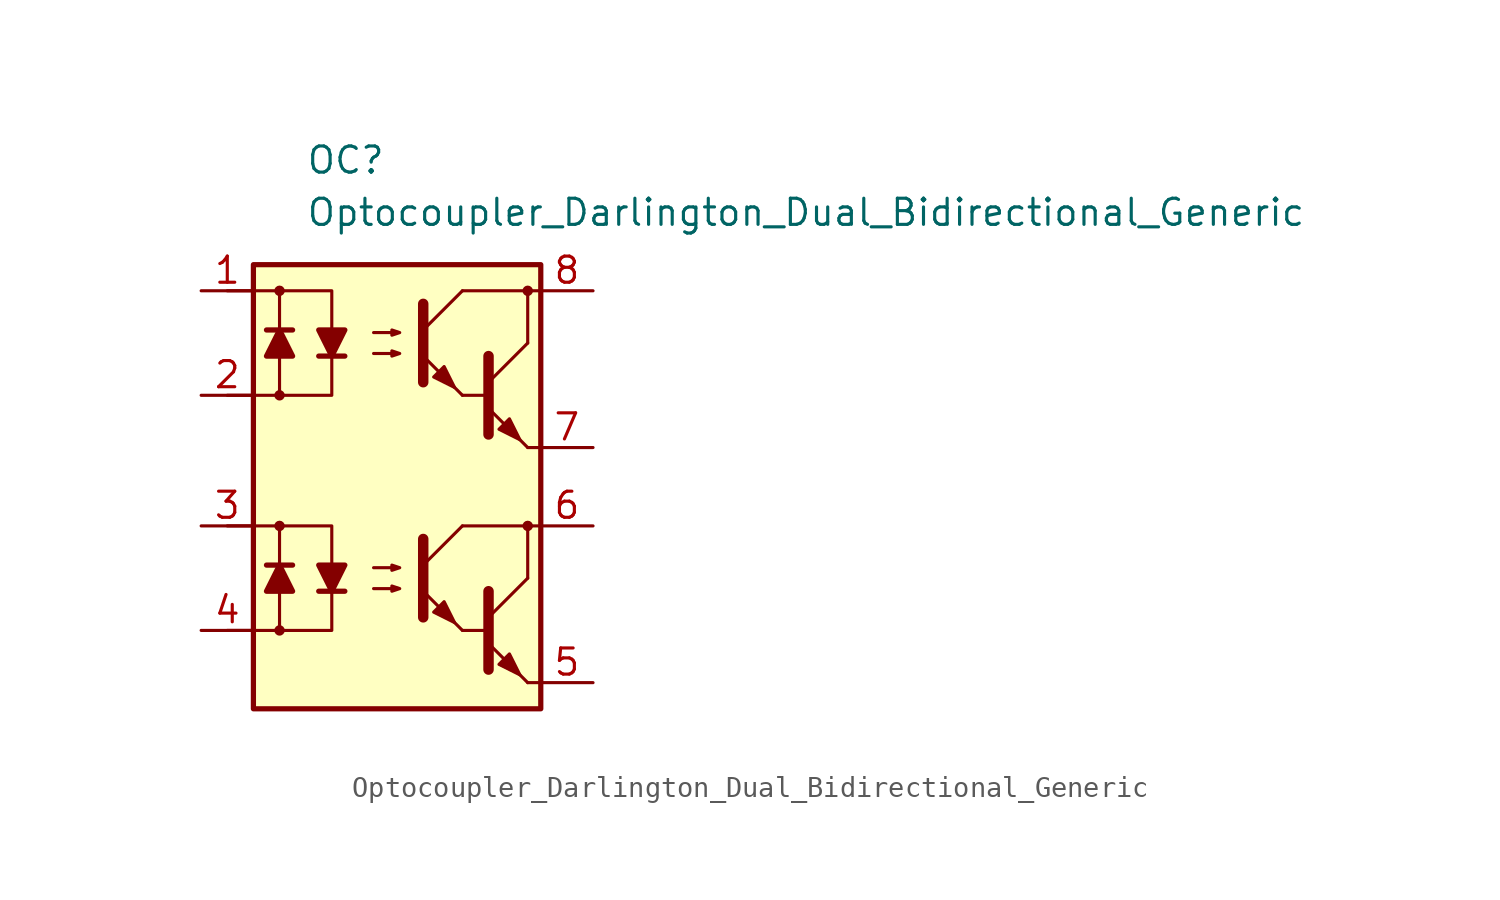
<source format=kicad_sym>
(kicad_symbol_lib
  (version 20211014)
  (generator kicad_symbol_editor)
  (symbol "Optocoupler_AKL:Optocoupler_Darlington_Dual_Bidirectional_Generic"
    (pin_names
      (offset 1.016))
    (property "Reference" "OC"
      (at -3.81 15.24 0)
      (effects (font (size 1.27 1.27)) (justify left)))
    (property "Value" "Optocoupler_Darlington_Dual_Bidirectional_Generic"
      (at -3.81 12.7 0)
      (effects (font (size 1.27 1.27)) (justify left)))
    (symbol "Optocoupler_Darlington_Dual_Bidirectional_Generic_0_1"
      (rectangle (start -6.35 10.16) (end 7.62 -11.43) (stroke (width 0.254) (type default) (color 0 0 0 0)) (fill (type background)))
      (polyline (pts (xy 3.81 3.81) (xy 5.08 3.81)) (stroke (width 0) (type default) (color 0 0 0 0)) (fill (type none)))
      (polyline (pts (xy 5.08 4.445) (xy 6.985 6.35)) (stroke (width 0) (type default) (color 0 0 0 0)) (fill (type none)))
      (polyline (pts (xy 6.985 1.27) (xy 5.08 3.175)) (stroke (width 0) (type default) (color 0 0 0 0)) (fill (type outline)))
      (polyline (pts (xy 6.985 1.27) (xy 7.62 1.27)) (stroke (width 0) (type default) (color 0 0 0 0)) (fill (type none)))
      (polyline (pts (xy 6.985 6.35) (xy 6.985 8.89)) (stroke (width 0) (type default) (color 0 0 0 0)) (fill (type none)))
      (polyline (pts (xy 7.62 8.89) (xy 3.81 8.89)) (stroke (width 0) (type default) (color 0 0 0 0)) (fill (type none)))
      (polyline (pts (xy 5.08 5.715) (xy 5.08 1.905) (xy 5.08 1.905)) (stroke (width 0.508) (type default) (color 0 0 0 0)) (fill (type none)))
      (polyline (pts (xy -0.508 5.842) (xy 0.762 5.842) (xy 0.381 5.715) (xy 0.381 5.969) (xy 0.762 5.842)) (stroke (width 0) (type default) (color 0 0 0 0)) (fill (type none)))
      (polyline (pts (xy -0.508 6.858) (xy 0.762 6.858) (xy 0.381 6.731) (xy 0.381 6.985) (xy 0.762 6.858)) (stroke (width 0) (type default) (color 0 0 0 0)) (fill (type none)))
      (polyline (pts (xy 5.588 2.159) (xy 6.096 2.667) (xy 6.604 1.651) (xy 5.588 2.159) (xy 5.588 2.159)) (stroke (width 0) (type default) (color 0 0 0 0)) (fill (type outline)))
      (circle (center 6.985 8.89) (radius 0.178) (stroke (width 0)) (stroke (width 0) (type default) (color 0 0 0 0)) (fill (type outline))))
    (symbol "Optocoupler_Darlington_Dual_Bidirectional_Generic_1_1"
      (circle (center -5.08 -7.62) (radius 0.178) (stroke (width 0)) (stroke (width 0) (type default) (color 0 0 0 0)) (fill (type outline)))
      (circle (center -5.08 -2.54) (radius 0.178) (stroke (width 0)) (stroke (width 0) (type default) (color 0 0 0 0)) (fill (type outline)))
      (circle (center -5.08 3.81) (radius 0.178) (stroke (width 0)) (stroke (width 0) (type default) (color 0 0 0 0)) (fill (type outline)))
      (circle (center -5.08 8.89) (radius 0.178) (stroke (width 0)) (stroke (width 0) (type default) (color 0 0 0 0)) (fill (type outline)))
      (polyline (pts (xy -4.445 -4.445) (xy -5.715 -4.445)) (stroke (width 0.254) (type default) (color 0 0 0 0)) (fill (type none)))
      (polyline (pts (xy -4.445 6.985) (xy -5.715 6.985)) (stroke (width 0.254) (type default) (color 0 0 0 0)) (fill (type none)))
      (polyline (pts (xy -3.175 -5.715) (xy -1.905 -5.715)) (stroke (width 0.254) (type default) (color 0 0 0 0)) (fill (type none)))
      (polyline (pts (xy -3.175 5.715) (xy -1.905 5.715)) (stroke (width 0.254) (type default) (color 0 0 0 0)) (fill (type none)))
      (polyline (pts (xy 1.905 -4.445) (xy 3.81 -2.54)) (stroke (width 0) (type default) (color 0 0 0 0)) (fill (type none)))
      (polyline (pts (xy 1.905 6.985) (xy 3.81 8.89)) (stroke (width 0) (type default) (color 0 0 0 0)) (fill (type none)))
      (polyline (pts (xy 3.81 -7.62) (xy 1.905 -5.715)) (stroke (width 0) (type default) (color 0 0 0 0)) (fill (type outline)))
      (polyline (pts (xy 3.81 -7.62) (xy 5.08 -7.62)) (stroke (width 0) (type default) (color 0 0 0 0)) (fill (type none)))
      (polyline (pts (xy 3.81 3.81) (xy 1.905 5.715)) (stroke (width 0) (type default) (color 0 0 0 0)) (fill (type outline)))
      (polyline (pts (xy 5.08 -6.985) (xy 6.985 -5.08)) (stroke (width 0) (type default) (color 0 0 0 0)) (fill (type none)))
      (polyline (pts (xy 6.985 -10.16) (xy 5.08 -8.255)) (stroke (width 0) (type default) (color 0 0 0 0)) (fill (type outline)))
      (polyline (pts (xy 6.985 -10.16) (xy 7.62 -10.16)) (stroke (width 0) (type default) (color 0 0 0 0)) (fill (type none)))
      (polyline (pts (xy 6.985 -5.08) (xy 6.985 -2.54)) (stroke (width 0) (type default) (color 0 0 0 0)) (fill (type none)))
      (polyline (pts (xy 7.62 -2.54) (xy 3.81 -2.54)) (stroke (width 0) (type default) (color 0 0 0 0)) (fill (type none)))
      (polyline (pts (xy -7.62 -2.54) (xy -5.08 -2.54) (xy -5.08 -5.715)) (stroke (width 0) (type default) (color 0 0 0 0)) (fill (type none)))
      (polyline (pts (xy -7.62 8.89) (xy -5.08 8.89) (xy -5.08 5.715)) (stroke (width 0) (type default) (color 0 0 0 0)) (fill (type none)))
      (polyline (pts (xy -5.08 -5.715) (xy -5.08 -7.62) (xy -7.62 -7.62)) (stroke (width 0) (type default) (color 0 0 0 0)) (fill (type none)))
      (polyline (pts (xy -5.08 -2.54) (xy -2.54 -2.54) (xy -2.54 -5.715)) (stroke (width 0) (type default) (color 0 0 0 0)) (fill (type none)))
      (polyline (pts (xy -5.08 5.715) (xy -5.08 3.81) (xy -7.62 3.81)) (stroke (width 0) (type default) (color 0 0 0 0)) (fill (type none)))
      (polyline (pts (xy -5.08 8.89) (xy -2.54 8.89) (xy -2.54 5.715)) (stroke (width 0) (type default) (color 0 0 0 0)) (fill (type none)))
      (polyline (pts (xy -2.54 -5.715) (xy -2.54 -7.62) (xy -5.08 -7.62)) (stroke (width 0) (type default) (color 0 0 0 0)) (fill (type none)))
      (polyline (pts (xy -2.54 5.715) (xy -2.54 3.81) (xy -5.08 3.81)) (stroke (width 0) (type default) (color 0 0 0 0)) (fill (type none)))
      (polyline (pts (xy 1.905 -3.175) (xy 1.905 -6.985) (xy 1.905 -6.985)) (stroke (width 0.508) (type default) (color 0 0 0 0)) (fill (type none)))
      (polyline (pts (xy 1.905 8.255) (xy 1.905 4.445) (xy 1.905 4.445)) (stroke (width 0.508) (type default) (color 0 0 0 0)) (fill (type none)))
      (polyline (pts (xy 5.08 -5.715) (xy 5.08 -9.525) (xy 5.08 -9.525)) (stroke (width 0.508) (type default) (color 0 0 0 0)) (fill (type none)))
      (polyline (pts (xy -5.08 -4.445) (xy -4.445 -5.715) (xy -5.715 -5.715) (xy -5.08 -4.445)) (stroke (width 0.254) (type default) (color 0 0 0 0)) (fill (type outline)))
      (polyline (pts (xy -5.08 6.985) (xy -4.445 5.715) (xy -5.715 5.715) (xy -5.08 6.985)) (stroke (width 0.254) (type default) (color 0 0 0 0)) (fill (type outline)))
      (polyline (pts (xy -2.54 -5.715) (xy -3.175 -4.445) (xy -1.905 -4.445) (xy -2.54 -5.715)) (stroke (width 0.254) (type default) (color 0 0 0 0)) (fill (type outline)))
      (polyline (pts (xy -2.54 5.715) (xy -3.175 6.985) (xy -1.905 6.985) (xy -2.54 5.715)) (stroke (width 0.254) (type default) (color 0 0 0 0)) (fill (type outline)))
      (polyline (pts (xy -0.508 -5.588) (xy 0.762 -5.588) (xy 0.381 -5.715) (xy 0.381 -5.461) (xy 0.762 -5.588)) (stroke (width 0) (type default) (color 0 0 0 0)) (fill (type none)))
      (polyline (pts (xy -0.508 -4.572) (xy 0.762 -4.572) (xy 0.381 -4.699) (xy 0.381 -4.445) (xy 0.762 -4.572)) (stroke (width 0) (type default) (color 0 0 0 0)) (fill (type none)))
      (polyline (pts (xy 2.413 -6.731) (xy 2.921 -6.223) (xy 3.429 -7.239) (xy 2.413 -6.731) (xy 2.413 -6.731)) (stroke (width 0) (type default) (color 0 0 0 0)) (fill (type outline)))
      (polyline (pts (xy 2.413 4.699) (xy 2.921 5.207) (xy 3.429 4.191) (xy 2.413 4.699) (xy 2.413 4.699)) (stroke (width 0) (type default) (color 0 0 0 0)) (fill (type outline)))
      (polyline (pts (xy 5.588 -9.271) (xy 6.096 -8.763) (xy 6.604 -9.779) (xy 5.588 -9.271) (xy 5.588 -9.271)) (stroke (width 0) (type default) (color 0 0 0 0)) (fill (type outline)))
      (circle (center 6.985 -2.54) (radius 0.178) (stroke (width 0)) (stroke (width 0) (type default) (color 0 0 0 0)) (fill (type outline)))
      (pin passive line (at -8.89 8.89 0) (length 2.54) (name "~" (effects (font (size 1.27 1.27)))) (number "1" (effects (font (size 1.27 1.27)))))
      (pin passive line (at -8.89 3.81 0) (length 2.54) (name "~" (effects (font (size 1.27 1.27)))) (number "2" (effects (font (size 1.27 1.27)))))
      (pin passive line (at -8.89 -2.54 0) (length 2.54) (name "~" (effects (font (size 1.27 1.27)))) (number "3" (effects (font (size 1.27 1.27)))))
      (pin passive line (at -8.89 -7.62 0) (length 2.54) (name "~" (effects (font (size 1.27 1.27)))) (number "4" (effects (font (size 1.27 1.27)))))
      (pin passive line (at 10.16 -10.16 180) (length 2.54) (name "~" (effects (font (size 1.27 1.27)))) (number "5" (effects (font (size 1.27 1.27)))))
      (pin passive line (at 10.16 -2.54 180) (length 2.54) (name "~" (effects (font (size 1.27 1.27)))) (number "6" (effects (font (size 1.27 1.27)))))
      (pin passive line (at 10.16 1.27 180) (length 2.54) (name "~" (effects (font (size 1.27 1.27)))) (number "7" (effects (font (size 1.27 1.27)))))
      (pin passive line (at 10.16 8.89 180) (length 2.54) (name "~" (effects (font (size 1.27 1.27)))) (number "8" (effects (font (size 1.27 1.27))))))))
</source>
